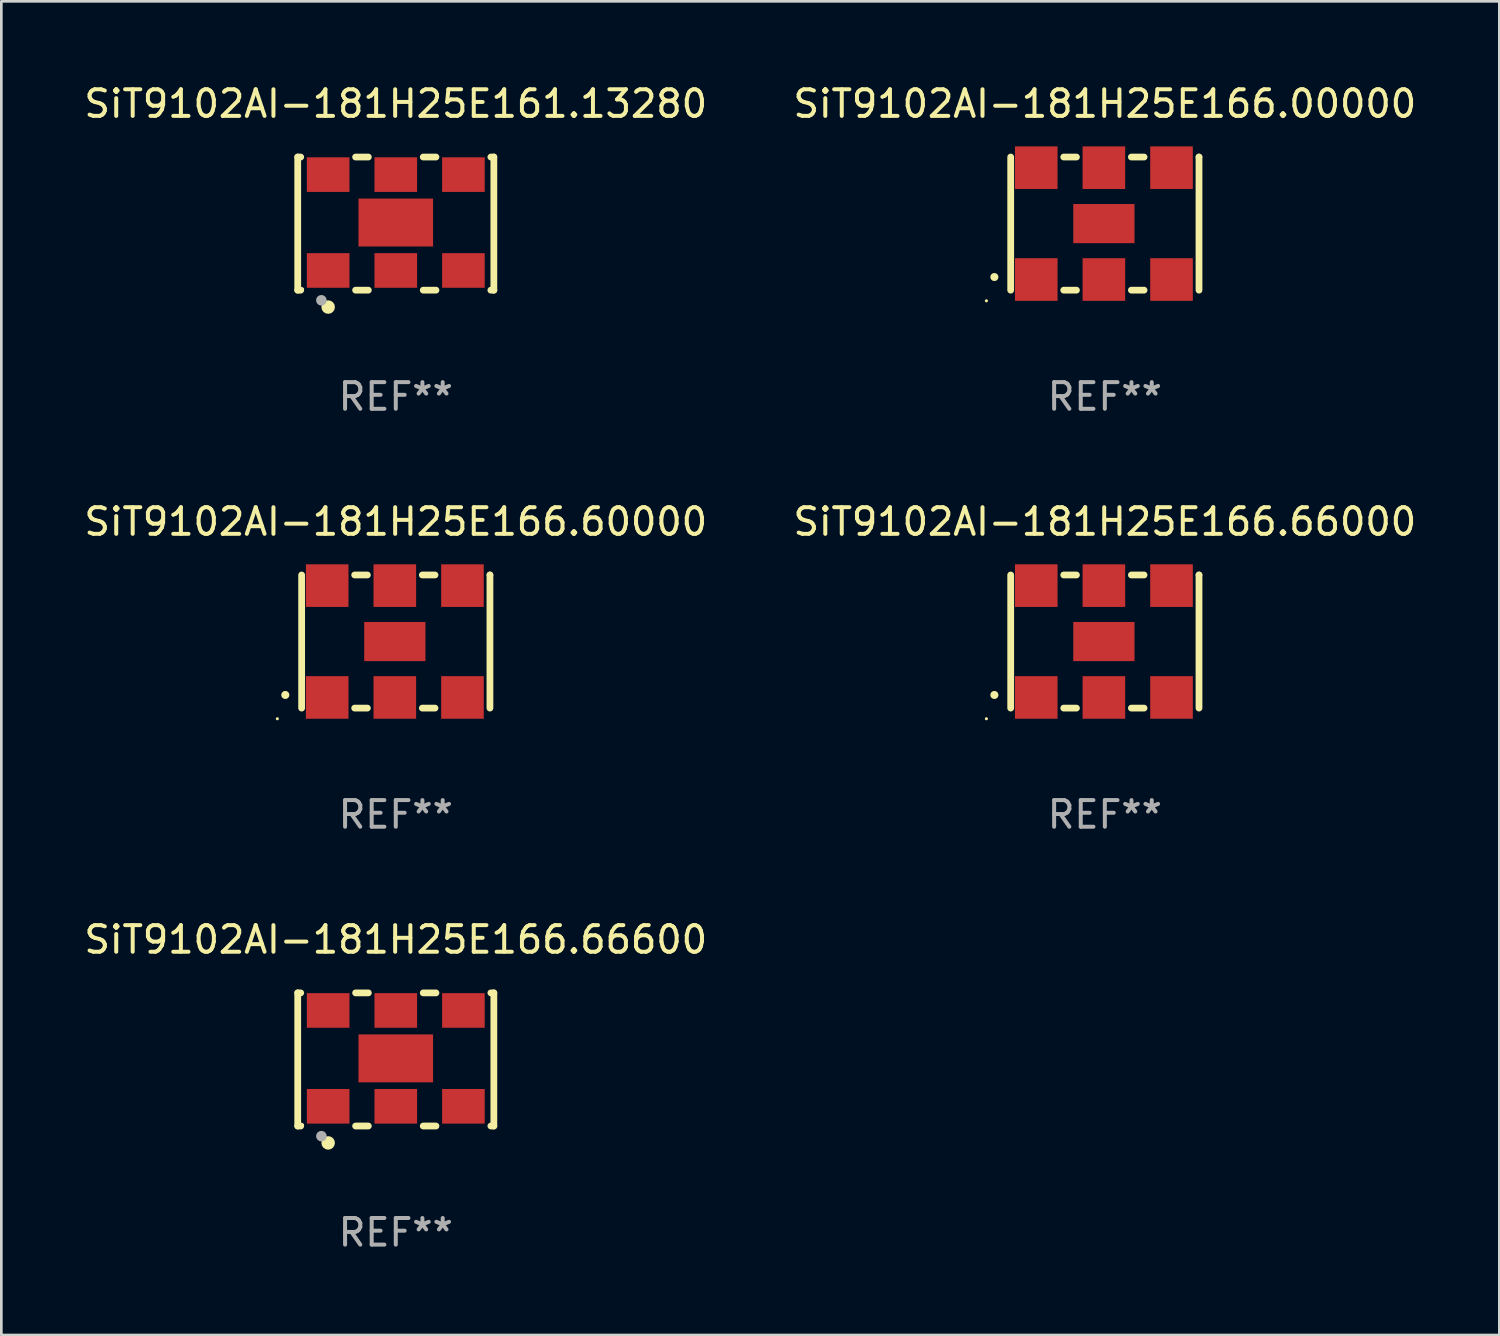
<source format=kicad_pcb>
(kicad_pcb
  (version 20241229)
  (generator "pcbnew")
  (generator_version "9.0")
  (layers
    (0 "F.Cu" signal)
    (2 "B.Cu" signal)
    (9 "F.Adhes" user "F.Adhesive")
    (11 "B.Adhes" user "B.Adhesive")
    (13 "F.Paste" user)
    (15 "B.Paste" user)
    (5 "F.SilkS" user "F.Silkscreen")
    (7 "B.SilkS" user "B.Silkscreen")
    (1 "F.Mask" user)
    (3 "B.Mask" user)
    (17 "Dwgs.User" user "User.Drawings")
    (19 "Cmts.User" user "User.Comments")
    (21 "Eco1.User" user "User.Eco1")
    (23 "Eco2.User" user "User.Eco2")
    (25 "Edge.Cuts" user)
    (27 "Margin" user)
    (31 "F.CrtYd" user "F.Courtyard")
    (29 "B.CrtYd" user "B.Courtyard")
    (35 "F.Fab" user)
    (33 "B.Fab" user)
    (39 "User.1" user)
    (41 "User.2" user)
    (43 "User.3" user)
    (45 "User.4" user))
  (footprint "SiT9102AI-181H25E166.66000"
    (layer "F.Cu")
    (at 38.446 21.045)
    (property "Reference" "SiT9102AI-181H25E166.66000" (at 0 -4.5 0) (layer "F.SilkS") (effects (font (size 1 1) (thickness 0.15))))
    (attr through_hole)
    (fp_line (start -3.536 -2.5) (end -3.536 2.5) (stroke (width 0.254) (type solid)) (layer "F.SilkS"))
    (fp_line (start -1.544 2.5) (end -1.067 2.5) (stroke (width 0.254) (type solid)) (layer "F.SilkS"))
    (fp_line (start -1.067 -2.5) (end -1.544 -2.5) (stroke (width 0.254) (type solid)) (layer "F.SilkS"))
    (fp_line (start 0.996 2.5) (end 1.473 2.5) (stroke (width 0.254) (type solid)) (layer "F.SilkS"))
    (fp_line (start 1.473 -2.5) (end 0.996 -2.5) (stroke (width 0.254) (type solid)) (layer "F.SilkS"))
    (fp_line (start 3.536 -2.5) (end 3.536 -2.5) (stroke (width 0.254) (type solid)) (layer "F.SilkS"))
    (fp_line (start 3.536 2.5) (end 3.536 -2.5) (stroke (width 0.254) (type solid)) (layer "F.SilkS"))
    (fp_arc (start -4.150432 2.006604) (mid -4.149162 2.006599) (end -4.147892 2.006604) (stroke (width 0.3) (type solid)) (layer "F.SilkS"))
    (fp_circle (center -4.449 2.9) (end -4.419 2.9) (stroke (width 0.06) (type solid)) (fill no) (layer "F.SilkS"))
    (fp_text user "REF**" (at 0 6.5 0) (layer "F.Fab") (effects (font (size 1 1) (thickness 0.15))))
    (pad "1" smd rect (at -2.576 2.1) (size 1.6 1.6) (layers "F.Cu" "F.Mask" "F.Paste"))
    (pad "2" smd rect (at -0.036 2.1) (size 1.6 1.6) (layers "F.Cu" "F.Mask" "F.Paste"))
    (pad "3" smd rect (at 2.504 2.1) (size 1.6 1.6) (layers "F.Cu" "F.Mask" "F.Paste"))
    (pad "4" smd rect (at 2.504 -2.1) (size 1.6 1.6) (layers "F.Cu" "F.Mask" "F.Paste"))
    (pad "5" smd rect (at -0.036 -2.1) (size 1.6 1.6) (layers "F.Cu" "F.Mask" "F.Paste"))
    (pad "6" smd rect (at -2.576 -2.1) (size 1.6 1.6) (layers "F.Cu" "F.Mask" "F.Paste"))
    (pad "7" smd rect (at -0.036 0) (size 2.3 1.47) (layers "F.Cu" "F.Mask" "F.Paste")))
  (footprint "SiT9102AI-181H25E166.00000"
    (layer "F.Cu")
    (at 38.446 5.348)
    (property "Reference" "SiT9102AI-181H25E166.00000" (at 0 -4.5 0) (layer "F.SilkS") (effects (font (size 1 1) (thickness 0.15))))
    (attr through_hole)
    (fp_line (start -3.536 -2.5) (end -3.536 2.5) (stroke (width 0.254) (type solid)) (layer "F.SilkS"))
    (fp_line (start -1.544 2.5) (end -1.067 2.5) (stroke (width 0.254) (type solid)) (layer "F.SilkS"))
    (fp_line (start -1.067 -2.5) (end -1.544 -2.5) (stroke (width 0.254) (type solid)) (layer "F.SilkS"))
    (fp_line (start 0.996 2.5) (end 1.473 2.5) (stroke (width 0.254) (type solid)) (layer "F.SilkS"))
    (fp_line (start 1.473 -2.5) (end 0.996 -2.5) (stroke (width 0.254) (type solid)) (layer "F.SilkS"))
    (fp_line (start 3.536 -2.5) (end 3.536 -2.5) (stroke (width 0.254) (type solid)) (layer "F.SilkS"))
    (fp_line (start 3.536 2.5) (end 3.536 -2.5) (stroke (width 0.254) (type solid)) (layer "F.SilkS"))
    (fp_arc (start -4.150432 2.006604) (mid -4.149162 2.006599) (end -4.147892 2.006604) (stroke (width 0.3) (type solid)) (layer "F.SilkS"))
    (fp_circle (center -4.449 2.9) (end -4.419 2.9) (stroke (width 0.06) (type solid)) (fill no) (layer "F.SilkS"))
    (fp_text user "REF**" (at 0 6.5 0) (layer "F.Fab") (effects (font (size 1 1) (thickness 0.15))))
    (pad "1" smd rect (at -2.576 2.1) (size 1.6 1.6) (layers "F.Cu" "F.Mask" "F.Paste"))
    (pad "2" smd rect (at -0.036 2.1) (size 1.6 1.6) (layers "F.Cu" "F.Mask" "F.Paste"))
    (pad "3" smd rect (at 2.504 2.1) (size 1.6 1.6) (layers "F.Cu" "F.Mask" "F.Paste"))
    (pad "4" smd rect (at 2.504 -2.1) (size 1.6 1.6) (layers "F.Cu" "F.Mask" "F.Paste"))
    (pad "5" smd rect (at -0.036 -2.1) (size 1.6 1.6) (layers "F.Cu" "F.Mask" "F.Paste"))
    (pad "6" smd rect (at -2.576 -2.1) (size 1.6 1.6) (layers "F.Cu" "F.Mask" "F.Paste"))
    (pad "7" smd rect (at -0.036 0) (size 2.3 1.47) (layers "F.Cu" "F.Mask" "F.Paste")))
  (footprint "SiT9102AI-181H25E166.60000"
    (layer "F.Cu")
    (at 11.815 21.045)
    (property "Reference" "SiT9102AI-181H25E166.60000" (at 0 -4.5 0) (layer "F.SilkS") (effects (font (size 1 1) (thickness 0.15))))
    (attr through_hole)
    (fp_line (start -3.536 -2.5) (end -3.536 2.5) (stroke (width 0.254) (type solid)) (layer "F.SilkS"))
    (fp_line (start -1.544 2.5) (end -1.067 2.5) (stroke (width 0.254) (type solid)) (layer "F.SilkS"))
    (fp_line (start -1.067 -2.5) (end -1.544 -2.5) (stroke (width 0.254) (type solid)) (layer "F.SilkS"))
    (fp_line (start 0.996 2.5) (end 1.473 2.5) (stroke (width 0.254) (type solid)) (layer "F.SilkS"))
    (fp_line (start 1.473 -2.5) (end 0.996 -2.5) (stroke (width 0.254) (type solid)) (layer "F.SilkS"))
    (fp_line (start 3.536 -2.5) (end 3.536 -2.5) (stroke (width 0.254) (type solid)) (layer "F.SilkS"))
    (fp_line (start 3.536 2.5) (end 3.536 -2.5) (stroke (width 0.254) (type solid)) (layer "F.SilkS"))
    (fp_arc (start -4.150432 2.006604) (mid -4.149162 2.006599) (end -4.147892 2.006604) (stroke (width 0.3) (type solid)) (layer "F.SilkS"))
    (fp_circle (center -4.449 2.9) (end -4.419 2.9) (stroke (width 0.06) (type solid)) (fill no) (layer "F.SilkS"))
    (fp_text user "REF**" (at 0 6.5 0) (layer "F.Fab") (effects (font (size 1 1) (thickness 0.15))))
    (pad "1" smd rect (at -2.576 2.1) (size 1.6 1.6) (layers "F.Cu" "F.Mask" "F.Paste"))
    (pad "2" smd rect (at -0.036 2.1) (size 1.6 1.6) (layers "F.Cu" "F.Mask" "F.Paste"))
    (pad "3" smd rect (at 2.504 2.1) (size 1.6 1.6) (layers "F.Cu" "F.Mask" "F.Paste"))
    (pad "4" smd rect (at 2.504 -2.1) (size 1.6 1.6) (layers "F.Cu" "F.Mask" "F.Paste"))
    (pad "5" smd rect (at -0.036 -2.1) (size 1.6 1.6) (layers "F.Cu" "F.Mask" "F.Paste"))
    (pad "6" smd rect (at -2.576 -2.1) (size 1.6 1.6) (layers "F.Cu" "F.Mask" "F.Paste"))
    (pad "7" smd rect (at -0.036 0) (size 2.3 1.47) (layers "F.Cu" "F.Mask" "F.Paste")))
  (footprint "SiT9102AI-181H25E161.13280"
    (layer "F.Cu")
    (at 11.815 5.348)
    (property "Reference" "SiT9102AI-181H25E161.13280" (at 0 -4.5 0) (layer "F.SilkS") (effects (font (size 1 1) (thickness 0.15))))
    (attr through_hole)
    (fp_line (start -3.683 -2.5) (end -3.571 -2.5) (stroke (width 0.254) (type solid)) (layer "F.SilkS"))
    (fp_line (start -3.683 2.5) (end -3.683 -2.5) (stroke (width 0.254) (type solid)) (layer "F.SilkS"))
    (fp_line (start -3.683 2.5) (end -3.571 2.5) (stroke (width 0.254) (type solid)) (layer "F.SilkS"))
    (fp_line (start -1.509 -2.5) (end -1.031 -2.5) (stroke (width 0.254) (type solid)) (layer "F.SilkS"))
    (fp_line (start -1.509 2.5) (end -1.031 2.5) (stroke (width 0.254) (type solid)) (layer "F.SilkS"))
    (fp_line (start 1.031 -2.5) (end 1.509 -2.5) (stroke (width 0.254) (type solid)) (layer "F.SilkS"))
    (fp_line (start 1.031 2.5) (end 1.509 2.5) (stroke (width 0.254) (type solid)) (layer "F.SilkS"))
    (fp_line (start 3.571 -2.5) (end 3.683 -2.5) (stroke (width 0.254) (type solid)) (layer "F.SilkS"))
    (fp_line (start 3.571 2.5) (end 3.683 2.5) (stroke (width 0.254) (type solid)) (layer "F.SilkS"))
    (fp_line (start 3.683 2.5) (end 3.683 -2.5) (stroke (width 0.254) (type solid)) (layer "F.SilkS"))
    (fp_circle (center -3.5 2.46) (end -3.47 2.46) (stroke (width 0.06) (type solid)) (fill no) (layer "F.SilkS"))
    (fp_circle (center -2.54 3.135) (end -2.413 3.135) (stroke (width 0.254) (type solid)) (fill no) (layer "F.SilkS"))
    (fp_circle (center -2.794 2.881) (end -2.694 2.881) (stroke (width 0.2) (type solid)) (fill no) (layer "F.Fab"))
    (fp_text user "REF**" (at 0 6.5 0) (layer "F.Fab") (effects (font (size 1 1) (thickness 0.15))))
    (pad "1" smd rect (at -2.54 1.76) (size 1.6 1.3) (layers "F.Cu" "F.Mask" "F.Paste"))
    (pad "2" smd rect (at 0 1.76) (size 1.6 1.3) (layers "F.Cu" "F.Mask" "F.Paste"))
    (pad "3" smd rect (at 2.54 1.76) (size 1.6 1.3) (layers "F.Cu" "F.Mask" "F.Paste"))
    (pad "4" smd rect (at 2.54 -1.84) (size 1.6 1.3) (layers "F.Cu" "F.Mask" "F.Paste"))
    (pad "5" smd rect (at 0 -1.84) (size 1.6 1.3) (layers "F.Cu" "F.Mask" "F.Paste"))
    (pad "6" smd rect (at -2.54 -1.84) (size 1.6 1.3) (layers "F.Cu" "F.Mask" "F.Paste"))
    (pad "7" smd rect (at 0 -0.04) (size 2.8 1.8) (layers "F.Cu" "F.Mask" "F.Paste")))
  (footprint "SiT9102AI-181H25E166.66600"
    (layer "F.Cu")
    (at 11.815 36.741)
    (property "Reference" "SiT9102AI-181H25E166.66600" (at 0 -4.5 0) (layer "F.SilkS") (effects (font (size 1 1) (thickness 0.15))))
    (attr through_hole)
    (fp_line (start -3.683 -2.5) (end -3.571 -2.5) (stroke (width 0.254) (type solid)) (layer "F.SilkS"))
    (fp_line (start -3.683 2.5) (end -3.683 -2.5) (stroke (width 0.254) (type solid)) (layer "F.SilkS"))
    (fp_line (start -3.683 2.5) (end -3.571 2.5) (stroke (width 0.254) (type solid)) (layer "F.SilkS"))
    (fp_line (start -1.509 -2.5) (end -1.031 -2.5) (stroke (width 0.254) (type solid)) (layer "F.SilkS"))
    (fp_line (start -1.509 2.5) (end -1.031 2.5) (stroke (width 0.254) (type solid)) (layer "F.SilkS"))
    (fp_line (start 1.031 -2.5) (end 1.509 -2.5) (stroke (width 0.254) (type solid)) (layer "F.SilkS"))
    (fp_line (start 1.031 2.5) (end 1.509 2.5) (stroke (width 0.254) (type solid)) (layer "F.SilkS"))
    (fp_line (start 3.571 -2.5) (end 3.683 -2.5) (stroke (width 0.254) (type solid)) (layer "F.SilkS"))
    (fp_line (start 3.571 2.5) (end 3.683 2.5) (stroke (width 0.254) (type solid)) (layer "F.SilkS"))
    (fp_line (start 3.683 2.5) (end 3.683 -2.5) (stroke (width 0.254) (type solid)) (layer "F.SilkS"))
    (fp_circle (center -3.5 2.46) (end -3.47 2.46) (stroke (width 0.06) (type solid)) (fill no) (layer "F.SilkS"))
    (fp_circle (center -2.54 3.135) (end -2.413 3.135) (stroke (width 0.254) (type solid)) (fill no) (layer "F.SilkS"))
    (fp_circle (center -2.794 2.881) (end -2.694 2.881) (stroke (width 0.2) (type solid)) (fill no) (layer "F.Fab"))
    (fp_text user "REF**" (at 0 6.5 0) (layer "F.Fab") (effects (font (size 1 1) (thickness 0.15))))
    (pad "1" smd rect (at -2.54 1.76) (size 1.6 1.3) (layers "F.Cu" "F.Mask" "F.Paste"))
    (pad "2" smd rect (at 0 1.76) (size 1.6 1.3) (layers "F.Cu" "F.Mask" "F.Paste"))
    (pad "3" smd rect (at 2.54 1.76) (size 1.6 1.3) (layers "F.Cu" "F.Mask" "F.Paste"))
    (pad "4" smd rect (at 2.54 -1.84) (size 1.6 1.3) (layers "F.Cu" "F.Mask" "F.Paste"))
    (pad "5" smd rect (at 0 -1.84) (size 1.6 1.3) (layers "F.Cu" "F.Mask" "F.Paste"))
    (pad "6" smd rect (at -2.54 -1.84) (size 1.6 1.3) (layers "F.Cu" "F.Mask" "F.Paste"))
    (pad "7" smd rect (at 0 -0.04) (size 2.8 1.8) (layers "F.Cu" "F.Mask" "F.Paste")))
  (gr_rect
    (start -3 -3)
    (end 53.262 47.09)
    (stroke (width 0.1) (type default))
    (fill no)
    (layer "Edge.Cuts")))
</source>
